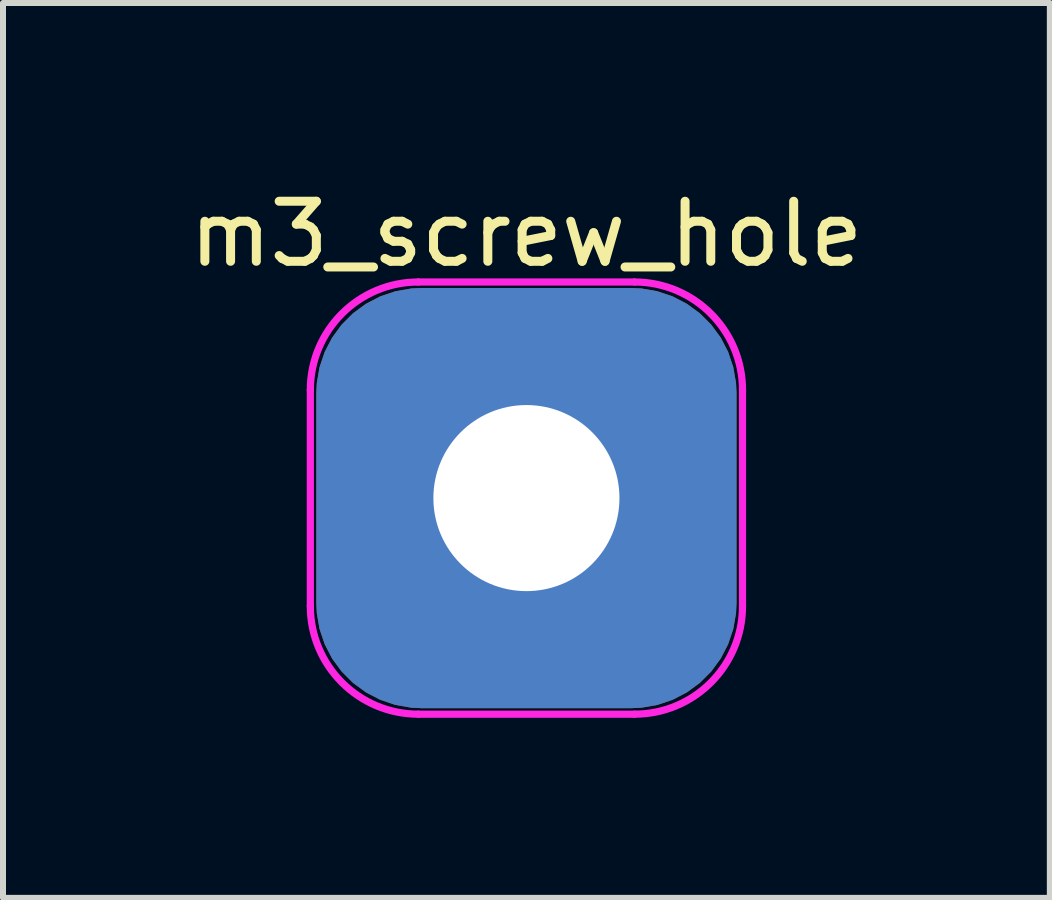
<source format=kicad_pcb>
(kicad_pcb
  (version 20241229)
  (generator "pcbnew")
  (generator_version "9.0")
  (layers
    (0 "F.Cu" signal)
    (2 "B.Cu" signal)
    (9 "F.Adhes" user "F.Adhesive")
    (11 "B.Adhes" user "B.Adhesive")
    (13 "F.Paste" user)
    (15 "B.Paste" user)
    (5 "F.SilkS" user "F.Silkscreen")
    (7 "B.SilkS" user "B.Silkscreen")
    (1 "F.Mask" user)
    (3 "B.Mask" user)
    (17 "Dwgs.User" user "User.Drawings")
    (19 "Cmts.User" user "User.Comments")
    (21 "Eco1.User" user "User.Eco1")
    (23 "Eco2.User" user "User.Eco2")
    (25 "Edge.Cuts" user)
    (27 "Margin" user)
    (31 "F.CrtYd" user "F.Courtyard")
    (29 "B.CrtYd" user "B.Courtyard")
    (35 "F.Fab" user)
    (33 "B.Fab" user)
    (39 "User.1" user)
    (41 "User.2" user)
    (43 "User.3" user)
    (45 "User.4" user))
  (footprint "m3_screw_hole"
    (layer "F.Cu")
    (at 5.72 5.248)
    (property "Reference" "m3_screw_hole" (at 0 -4.4 0) (layer "F.SilkS") (effects (font (size 1 1) (thickness 0.15))))
    (attr through_hole)
    (fp_line (start -3.6 -1.8) (end -3.6 1.8) (stroke (width 0.12) (type solid)) (layer "F.CrtYd"))
    (fp_line (start -1.8 3.6) (end 1.8 3.6) (stroke (width 0.12) (type solid)) (layer "F.CrtYd"))
    (fp_line (start 1.8 -3.6) (end -1.8 -3.6) (stroke (width 0.12) (type solid)) (layer "F.CrtYd"))
    (fp_line (start 3.6 1.8) (end 3.6 -1.8) (stroke (width 0.12) (type solid)) (layer "F.CrtYd"))
    (fp_arc (start -3.6 -1.8) (mid -3.072792 -3.072792) (end -1.8 -3.6) (stroke (width 0.12) (type solid)) (layer "F.CrtYd"))
    (fp_arc (start -1.8 3.6) (mid -3.072792 3.072792) (end -3.6 1.8) (stroke (width 0.12) (type solid)) (layer "F.CrtYd"))
    (fp_arc (start 1.8 -3.6) (mid 3.072792 -3.072792) (end 3.6 -1.8) (stroke (width 0.12) (type solid)) (layer "F.CrtYd"))
    (fp_arc (start 3.6 1.8) (mid 3.072792 3.072792) (end 1.8 3.6) (stroke (width 0.12) (type solid)) (layer "F.CrtYd"))
    (pad "1" thru_hole roundrect (at 0 0) (size 7 7) (drill 3.1) (layers "*.Cu" "*.Mask") (roundrect_rratio 0.25)))
  (gr_rect
    (start -3 -3)
    (end 14.44 11.908)
    (stroke (width 0.1) (type default))
    (fill no)
    (layer "Edge.Cuts")))
</source>
